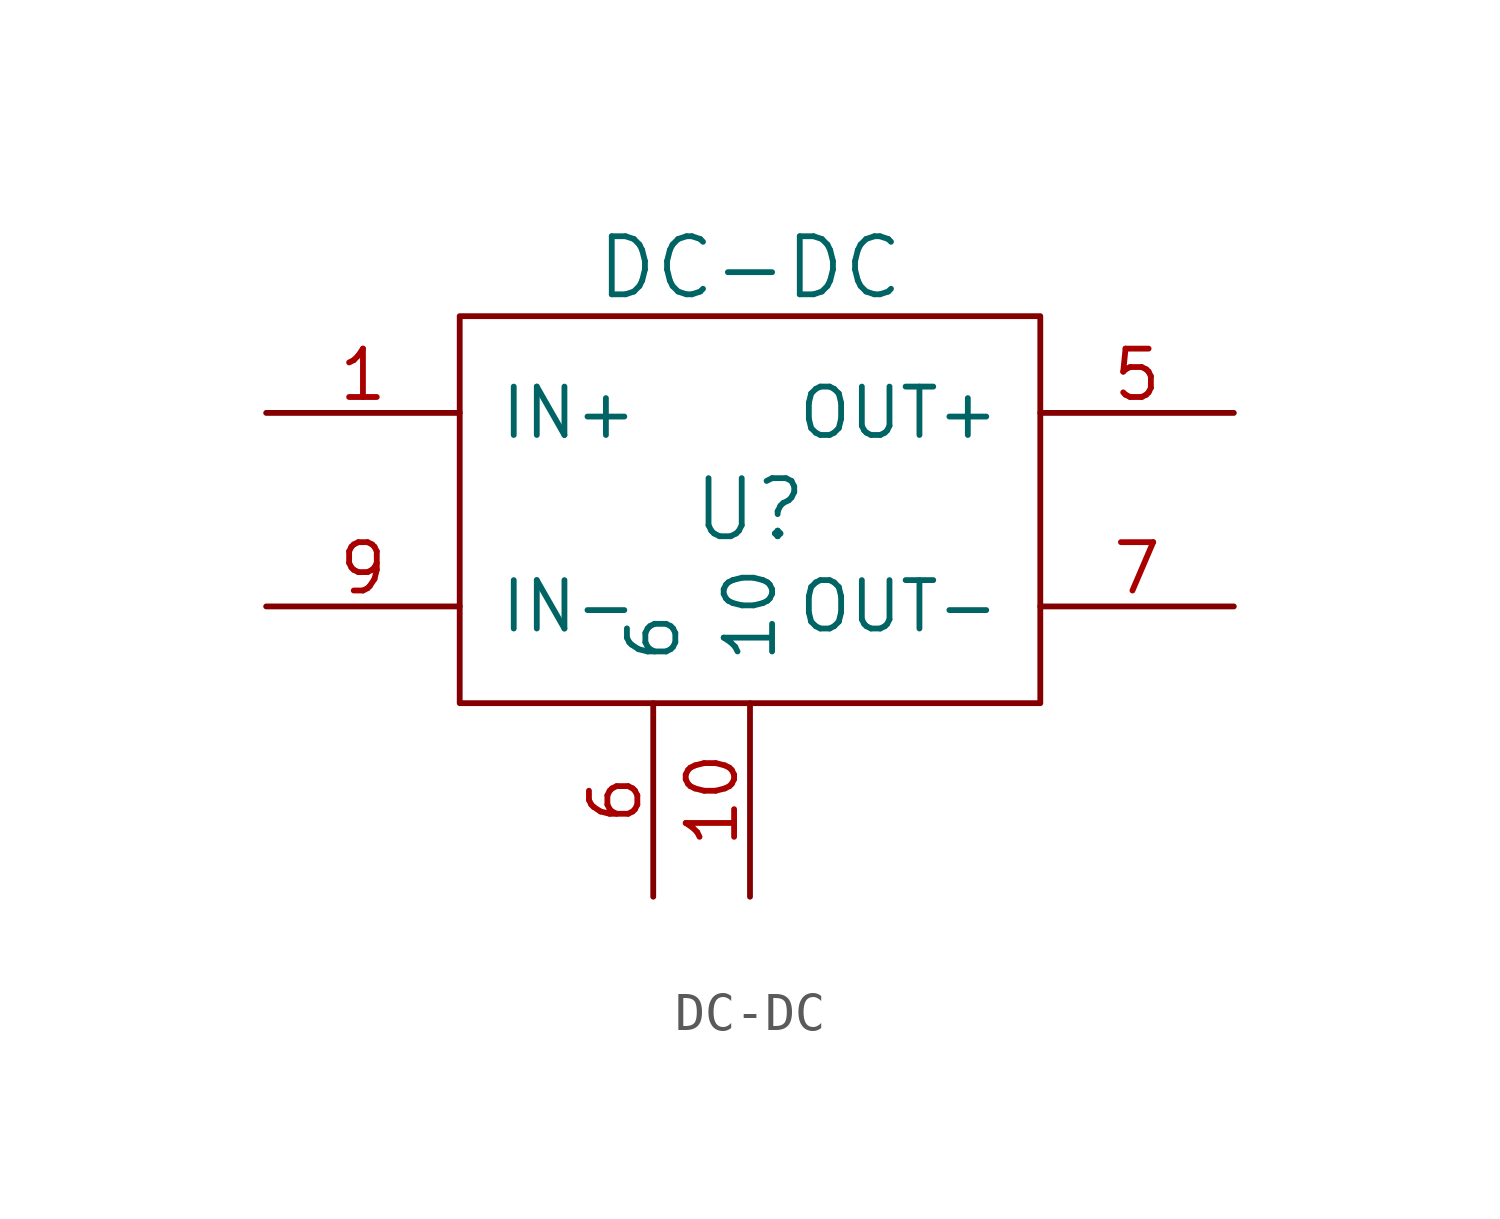
<source format=kicad_sym>
(kicad_symbol_lib
  (version 20211014)
  (generator kicad_symbol_editor)
  (symbol "DC-DC"
    (pin_names
      (offset 1.016))
    (property "Reference" "U"
      (at 0 0 0)
      (effects (font (size 1.524 1.524))))
    (property "Value" "DC-DC"
      (at 0 6.35 0)
      (effects (font (size 1.524 1.524))))
    (property "Footprint" ""
      (at -1.27 0 0)
      (effects (font (size 1.524 1.524))))
    (property "Datasheet" ""
      (at -1.27 0 0)
      (effects (font (size 1.524 1.524))))
    (symbol "DC-DC_0_1"
      (rectangle (start -7.62 5.08) (end 7.62 -5.08) (stroke (width 0) (type default) (color 0 0 0 0)) (fill (type none))))
    (symbol "DC-DC_1_1"
      (pin power_in line (at -12.7 2.54 0) (length 5.08) (name "IN+" (effects (font (size 1.27 1.27)))) (number "1" (effects (font (size 1.27 1.27)))))
      (pin power_in line (at 0 -10.16 90) (length 5.08) (name "10" (effects (font (size 1.27 1.27)))) (number "10" (effects (font (size 1.27 1.27)))))
      (pin power_out line (at 12.7 2.54 180) (length 5.08) (name "OUT+" (effects (font (size 1.27 1.27)))) (number "5" (effects (font (size 1.27 1.27)))))
      (pin power_in line (at -2.54 -10.16 90) (length 5.08) (name "6" (effects (font (size 1.27 1.27)))) (number "6" (effects (font (size 1.27 1.27)))))
      (pin power_out line (at 12.7 -2.54 180) (length 5.08) (name "OUT-" (effects (font (size 1.27 1.27)))) (number "7" (effects (font (size 1.27 1.27)))))
      (pin power_in line (at -12.7 -2.54 0) (length 5.08) (name "IN-" (effects (font (size 1.27 1.27)))) (number "9" (effects (font (size 1.27 1.27))))))))
</source>
